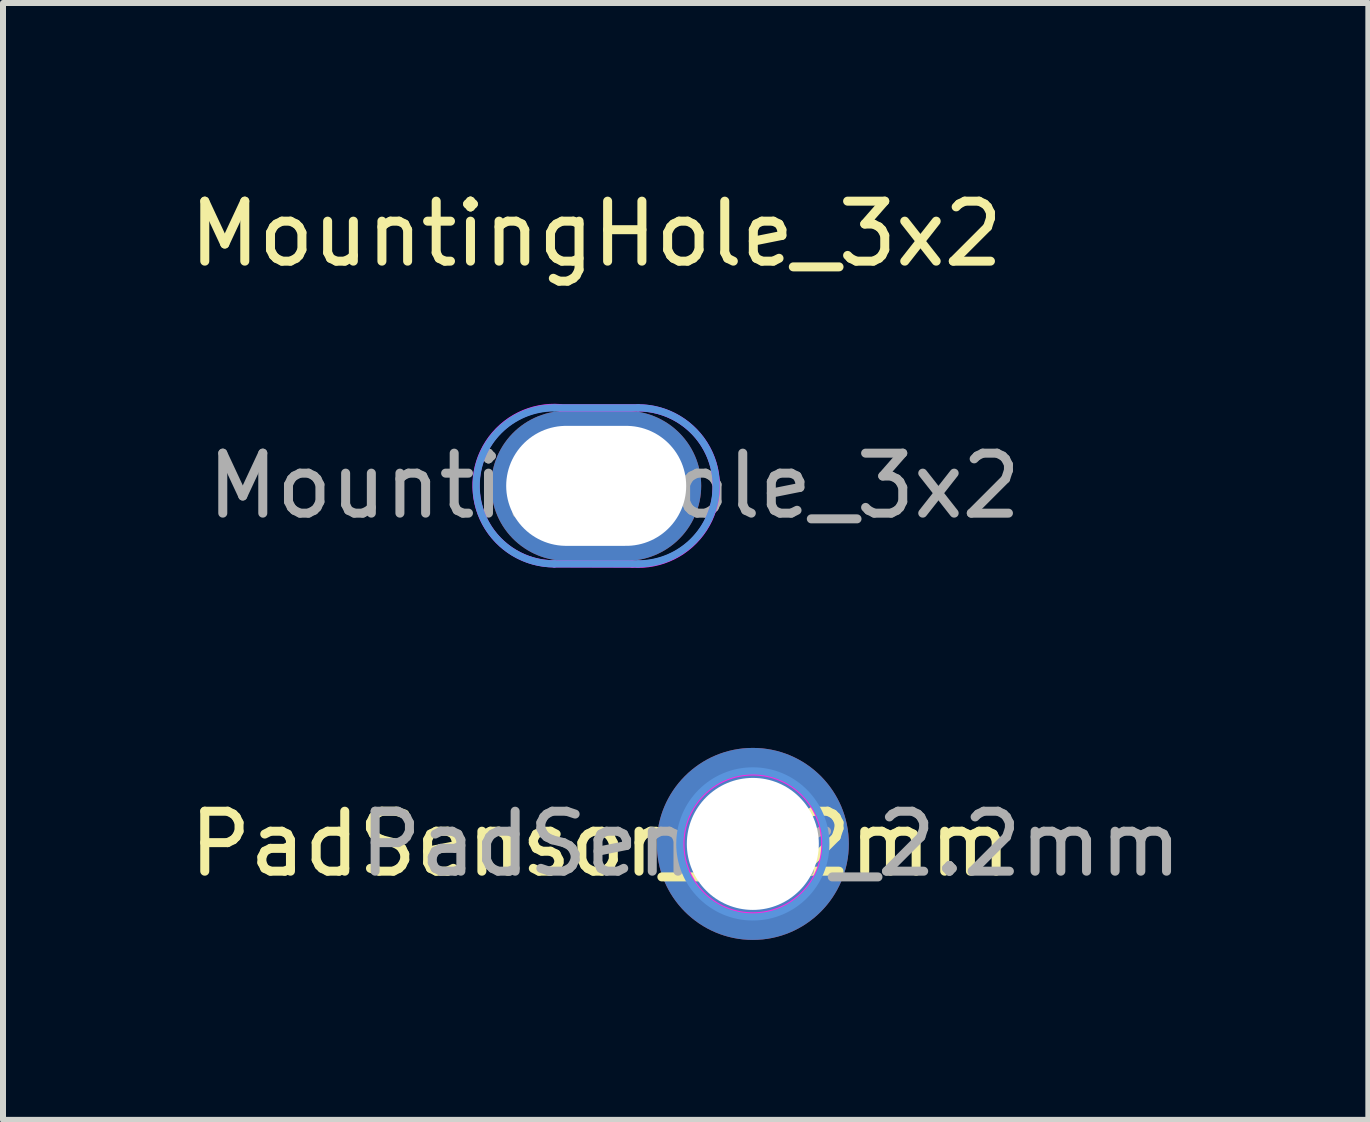
<source format=kicad_pcb>
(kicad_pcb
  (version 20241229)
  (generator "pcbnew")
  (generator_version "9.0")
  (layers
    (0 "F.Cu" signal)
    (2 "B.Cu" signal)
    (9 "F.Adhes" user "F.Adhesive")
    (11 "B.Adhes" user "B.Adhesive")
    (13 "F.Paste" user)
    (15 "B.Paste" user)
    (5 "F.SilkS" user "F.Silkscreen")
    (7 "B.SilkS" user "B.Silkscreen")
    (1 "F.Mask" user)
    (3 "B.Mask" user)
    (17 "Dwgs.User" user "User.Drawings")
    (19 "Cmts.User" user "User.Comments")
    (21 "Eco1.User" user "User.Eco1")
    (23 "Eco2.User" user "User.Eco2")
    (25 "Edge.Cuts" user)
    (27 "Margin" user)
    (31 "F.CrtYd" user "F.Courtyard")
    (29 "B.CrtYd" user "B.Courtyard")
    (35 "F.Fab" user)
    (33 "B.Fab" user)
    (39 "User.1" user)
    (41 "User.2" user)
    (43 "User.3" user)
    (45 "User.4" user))
  (footprint "MountingHole_3x2"
    (layer "F.Cu")
    (at 6.887 5.048)
    (property "Reference" "MountingHole_3x2" (at 0 -4.2 0) (layer "F.SilkS") (effects (font (size 1 1) (thickness 0.15))))
    (attr exclude_from_pos_files exclude_from_bom)
    (fp_line (start -0.7 -1.3) (end 0.7 -1.3) (stroke (width 0.12) (type solid)) (layer "Cmts.User"))
    (fp_line (start -0.7 1.3) (end 0.7 1.3) (stroke (width 0.12) (type solid)) (layer "Cmts.User"))
    (fp_arc (start -0.7 1.3) (mid -2 0) (end -0.7 -1.3) (stroke (width 0.12) (type solid)) (layer "Cmts.User"))
    (fp_arc (start 0.7 -1.3) (mid 2 0) (end 0.7 1.3) (stroke (width 0.12) (type solid)) (layer "Cmts.User"))
    (fp_line (start -0.6 -1.3) (end 0.7 -1.3) (stroke (width 0.12) (type solid)) (layer "F.CrtYd"))
    (fp_line (start 0.6 1.304) (end -0.7 1.3) (stroke (width 0.12) (type solid)) (layer "F.CrtYd"))
    (fp_arc (start -0.7 1.3) (mid -2.00288 -0.053875) (end -0.600002 -1.303838) (stroke (width 0.12) (type solid)) (layer "F.CrtYd"))
    (fp_arc (start 0.7 -1.3) (mid 2.00288 0.053875) (end 0.600002 1.303838) (stroke (width 0.12) (type solid)) (layer "F.CrtYd"))
    (fp_text user "${REFERENCE}" (at 0.3 0 0) (layer "F.Fab") (effects (font (size 1 1) (thickness 0.15))))
    (pad "1" thru_hole oval (at 0 0) (size 3.5 2.5) (drill oval 3 2) (layers "*.Cu" "*.Mask")))
  (footprint "PadSensor_2.2mm"
    (layer "F.Cu")
    (at 9.498 11.016)
    (property "Reference" "PadSensor_2.2mm" (at -2.54 0 0) (layer "F.SilkS") (effects (font (size 1 1) (thickness 0.15))))
    (attr exclude_from_pos_files exclude_from_bom)
    (fp_circle (center 0 0) (end 1.2 0.2) (stroke (width 0.12) (type solid)) (fill no) (layer "Cmts.User"))
    (fp_circle (center 0 0) (end 1.2 0) (stroke (width 0.12) (type solid)) (fill no) (layer "F.CrtYd"))
    (fp_text user "${REFERENCE}" (at 0.3 0 0) (layer "F.Fab") (effects (font (size 1 1) (thickness 0.15))))
    (pad "1" thru_hole circle (at 0 0) (size 3.2 3.2) (drill 2.2) (layers "*.Cu" "*.Mask")))
  (gr_rect
    (start -3 -3)
    (end 19.757 15.616)
    (stroke (width 0.1) (type default))
    (fill no)
    (layer "Edge.Cuts")))
</source>
